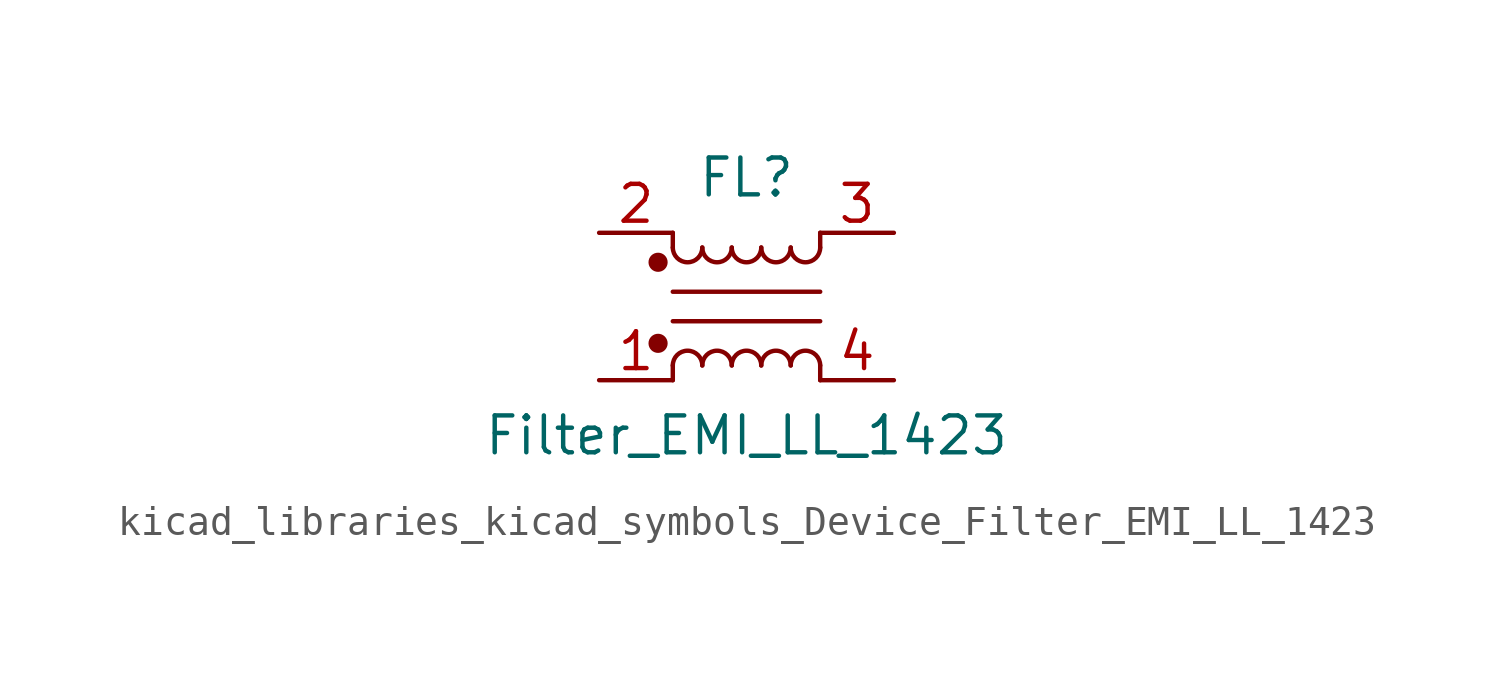
<source format=kicad_sym>
(kicad_symbol_lib
  (version 20220914)
  (generator kicad_symbol_editor)
  (symbol "kicad_libraries_kicad_symbols_Device_Filter_EMI_LL_1423"
    (pin_names hide)
    (property "Reference" "FL"
      (at 0 4.445 0)
      (effects (font (size 1.27 1.27))))
    (property "Value" "Filter_EMI_LL_1423"
      (at 0 -4.445 0)
      (effects (font (size 1.27 1.27))))
    (symbol "kicad_libraries_kicad_symbols_Device_Filter_EMI_LL_1423_0_1"
      (circle (center -3.048 -1.27) (radius 0.254) (stroke (width 0) (type default)) (fill (type outline)))
      (circle (center -3.048 1.524) (radius 0.254) (stroke (width 0) (type default)) (fill (type outline)))
      (arc (start -2.54 2.032) (mid -2.032 1.5262) (end -1.524 2.032) (stroke (width 0) (type default)) (fill (type none)))
      (arc (start -1.524 -2.032) (mid -2.032 -1.5262) (end -2.54 -2.032) (stroke (width 0) (type default)) (fill (type none)))
      (arc (start -1.524 2.032) (mid -1.016 1.5262) (end -0.508 2.032) (stroke (width 0) (type default)) (fill (type none)))
      (arc (start -0.508 -2.032) (mid -1.016 -1.5262) (end -1.524 -2.032) (stroke (width 0) (type default)) (fill (type none)))
      (arc (start -0.508 2.032) (mid 0 1.5262) (end 0.508 2.032) (stroke (width 0) (type default)) (fill (type none)))
      (polyline (pts (xy -2.54 -2.032) (xy -2.54 -2.54)) (stroke (width 0) (type default)) (fill (type none)))
      (polyline (pts (xy -2.54 0.508) (xy 2.54 0.508)) (stroke (width 0) (type default)) (fill (type none)))
      (polyline (pts (xy -2.54 2.032) (xy -2.54 2.54)) (stroke (width 0) (type default)) (fill (type none)))
      (polyline (pts (xy 2.54 -2.032) (xy 2.54 -2.54)) (stroke (width 0) (type default)) (fill (type none)))
      (polyline (pts (xy 2.54 -0.508) (xy -2.54 -0.508)) (stroke (width 0) (type default)) (fill (type none)))
      (polyline (pts (xy 2.54 2.54) (xy 2.54 2.032)) (stroke (width 0) (type default)) (fill (type none)))
      (arc (start 0.508 -2.032) (mid 0 -1.5262) (end -0.508 -2.032) (stroke (width 0) (type default)) (fill (type none)))
      (arc (start 0.508 2.032) (mid 1.016 1.5262) (end 1.524 2.032) (stroke (width 0) (type default)) (fill (type none)))
      (arc (start 1.524 -2.032) (mid 1.016 -1.5262) (end 0.508 -2.032) (stroke (width 0) (type default)) (fill (type none)))
      (arc (start 1.524 2.032) (mid 2.032 1.5262) (end 2.54 2.032) (stroke (width 0) (type default)) (fill (type none)))
      (arc (start 2.54 -2.032) (mid 2.032 -1.5262) (end 1.524 -2.032) (stroke (width 0) (type default)) (fill (type none))))
    (symbol "kicad_libraries_kicad_symbols_Device_Filter_EMI_LL_1423_1_1"
      (pin passive line (at -5.08 -2.54 0) (length 2.54) (name "1" (effects (font (size 1.27 1.27)))) (number "1" (effects (font (size 1.27 1.27)))))
      (pin passive line (at -5.08 2.54 0) (length 2.54) (name "2" (effects (font (size 1.27 1.27)))) (number "2" (effects (font (size 1.27 1.27)))))
      (pin passive line (at 5.08 2.54 180) (length 2.54) (name "3" (effects (font (size 1.27 1.27)))) (number "3" (effects (font (size 1.27 1.27)))))
      (pin passive line (at 5.08 -2.54 180) (length 2.54) (name "4" (effects (font (size 1.27 1.27)))) (number "4" (effects (font (size 1.27 1.27))))))))
</source>
